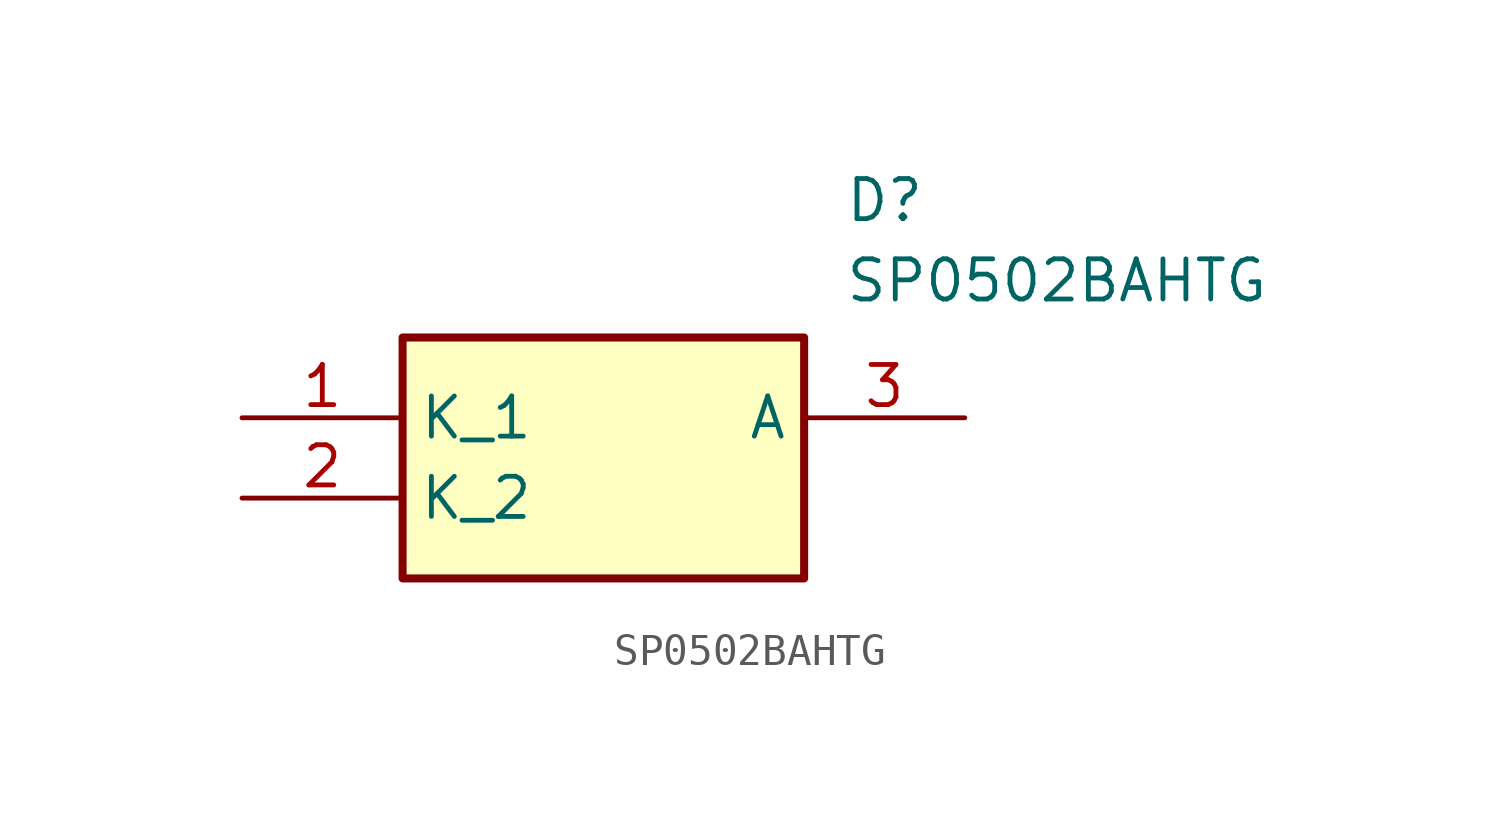
<source format=kicad_sym>
(kicad_symbol_lib
  (version 20211014)
  (generator kicad_symbol_editor)
  (symbol "SP0502BAHTG"
    (property "Reference" "D"
      (at 19.05 7.62 0)
      (effects (font (size 1.27 1.27)) (justify left top)))
    (property "Value" "SP0502BAHTG"
      (at 19.05 5.08 0)
      (effects (font (size 1.27 1.27)) (justify left top)))
    (rectangle
      (start 5.08 2.54)
      (end 17.78 -5.08)
      (stroke (width 0.254) (type default))
      (fill (type background)))
    (pin passive line
      (at 0 0 0)
      (length 5.08)
      (name "K_1" (effects (font (size 1.27 1.27))))
      (number "1" (effects (font (size 1.27 1.27)))))
    (pin passive line
      (at 0 -2.54 0)
      (length 5.08)
      (name "K_2" (effects (font (size 1.27 1.27))))
      (number "2" (effects (font (size 1.27 1.27)))))
    (pin passive line
      (at 22.86 0 180)
      (length 5.08)
      (name "A" (effects (font (size 1.27 1.27))))
      (number "3" (effects (font (size 1.27 1.27)))))))
</source>
